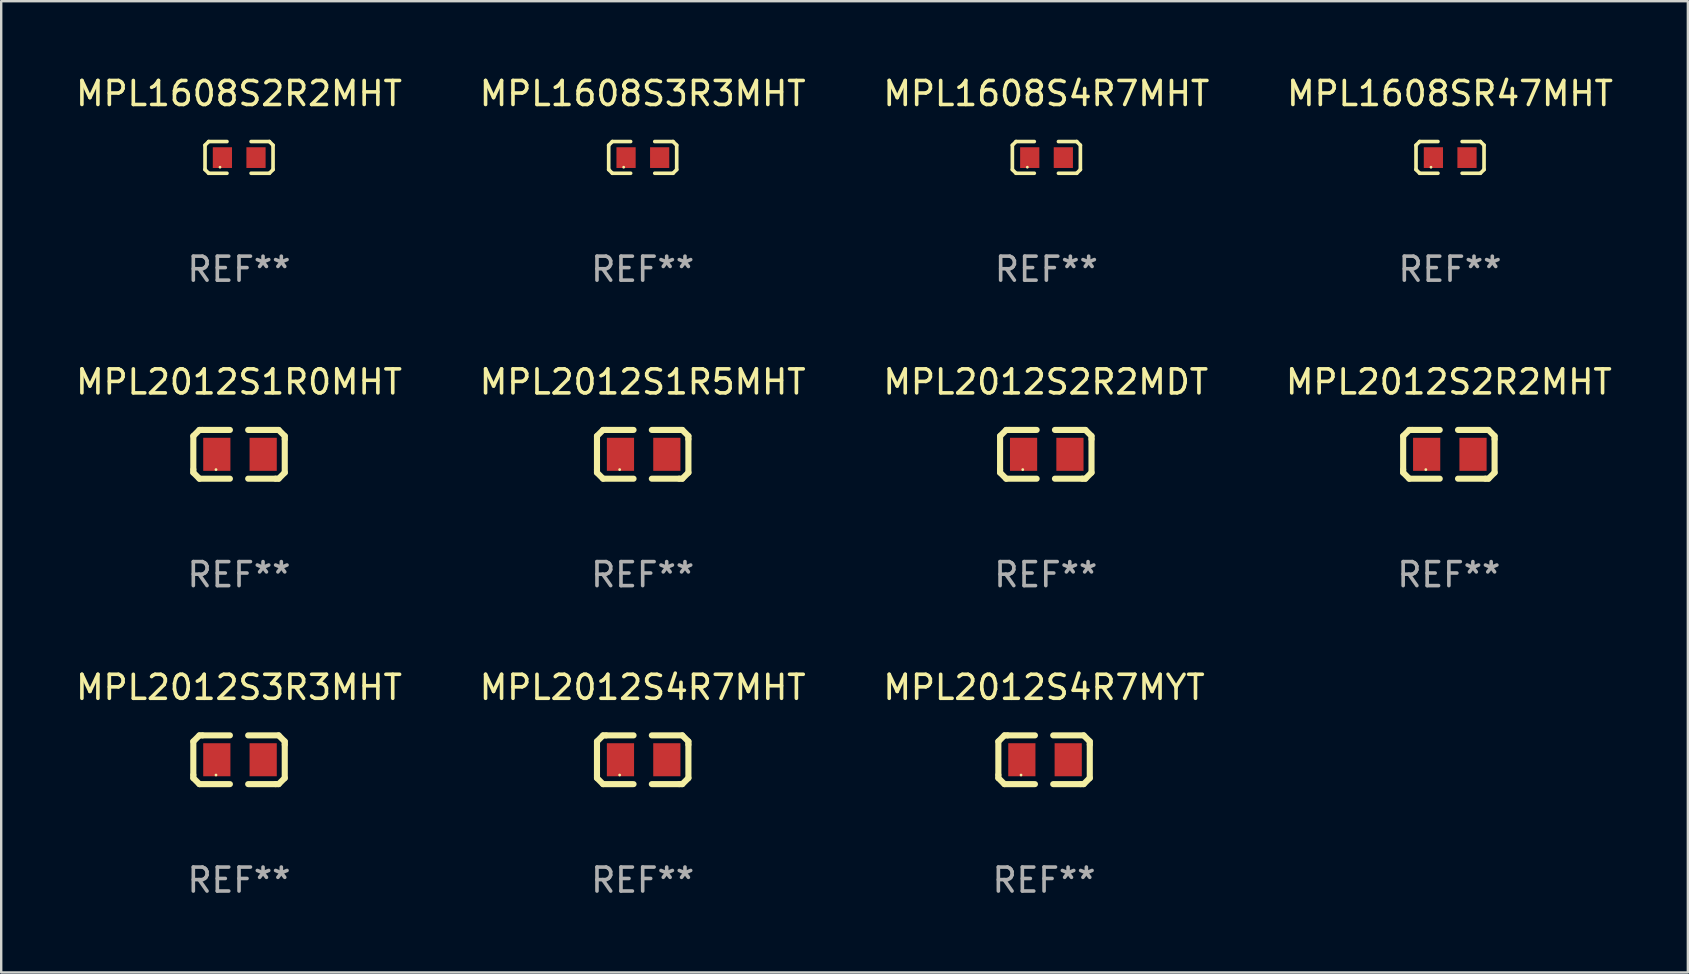
<source format=kicad_pcb>
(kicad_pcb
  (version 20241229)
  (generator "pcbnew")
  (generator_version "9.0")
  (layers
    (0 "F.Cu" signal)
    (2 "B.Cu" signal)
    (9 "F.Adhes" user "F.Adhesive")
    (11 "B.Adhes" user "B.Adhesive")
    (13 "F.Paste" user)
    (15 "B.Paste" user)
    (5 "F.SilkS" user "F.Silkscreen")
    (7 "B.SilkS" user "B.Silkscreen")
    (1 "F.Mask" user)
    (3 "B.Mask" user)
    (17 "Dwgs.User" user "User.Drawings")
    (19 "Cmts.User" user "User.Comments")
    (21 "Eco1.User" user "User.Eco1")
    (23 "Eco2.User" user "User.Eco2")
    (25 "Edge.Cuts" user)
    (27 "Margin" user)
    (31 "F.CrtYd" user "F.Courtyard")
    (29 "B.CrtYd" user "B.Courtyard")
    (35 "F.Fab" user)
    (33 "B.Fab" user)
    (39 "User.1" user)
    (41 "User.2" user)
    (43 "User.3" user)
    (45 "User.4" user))
  (footprint "MPL2012S2R2MDT"
    (layer "F.Cu")
    (at 40.53 15.882)
    (property "Reference" "MPL2012S2R2MDT" (at 0 -3.016 0) (layer "F.SilkS") (effects (font (size 1 1) (thickness 0.15))))
    (attr through_hole)
    (fp_line (start -1.905 -0.762) (end -1.905 0.635) (stroke (width 0.254) (type solid)) (layer "F.SilkS"))
    (fp_line (start -1.905 0.635) (end -1.905 0.762) (stroke (width 0.254) (type solid)) (layer "F.SilkS"))
    (fp_line (start -1.905 0.762) (end -1.651 1.016) (stroke (width 0.254) (type solid)) (layer "F.SilkS"))
    (fp_line (start -1.651 -1.016) (end -1.905 -0.762) (stroke (width 0.254) (type solid)) (layer "F.SilkS"))
    (fp_line (start -1.651 1.016) (end -0.381 1.016) (stroke (width 0.254) (type solid)) (layer "F.SilkS"))
    (fp_line (start -1.524 -1.016) (end -1.651 -1.016) (stroke (width 0.254) (type solid)) (layer "F.SilkS"))
    (fp_line (start -0.381 -1.016) (end -1.524 -1.016) (stroke (width 0.254) (type solid)) (layer "F.SilkS"))
    (fp_line (start 0.381 1.016) (end 1.524 1.016) (stroke (width 0.254) (type solid)) (layer "F.SilkS"))
    (fp_line (start 1.524 1.016) (end 1.651 1.016) (stroke (width 0.254) (type solid)) (layer "F.SilkS"))
    (fp_line (start 1.651 -1.016) (end 0.381 -1.016) (stroke (width 0.254) (type solid)) (layer "F.SilkS"))
    (fp_line (start 1.651 1.016) (end 1.905 0.762) (stroke (width 0.254) (type solid)) (layer "F.SilkS"))
    (fp_line (start 1.905 -0.762) (end 1.651 -1.016) (stroke (width 0.254) (type solid)) (layer "F.SilkS"))
    (fp_line (start 1.905 -0.635) (end 1.905 -0.762) (stroke (width 0.254) (type solid)) (layer "F.SilkS"))
    (fp_line (start 1.905 0.762) (end 1.905 -0.635) (stroke (width 0.254) (type solid)) (layer "F.SilkS"))
    (fp_circle (center -0.96 0.637) (end -0.93 0.637) (stroke (width 0.06) (type solid)) (fill no) (layer "F.SilkS"))
    (fp_text user "REF**" (at 0 5.016 0) (layer "F.Fab") (effects (font (size 1 1) (thickness 0.15))))
    (pad "1" smd rect (at -0.926 -0.000051) (size 1.133 1.377) (layers "F.Cu" "F.Mask" "F.Paste"))
    (pad "2" smd rect (at 1.006 -0.000051) (size 1.133 1.377) (layers "F.Cu" "F.Mask" "F.Paste")))
  (footprint "MPL2012S3R3MHT"
    (layer "F.Cu")
    (at 6.911 28.61)
    (property "Reference" "MPL2012S3R3MHT" (at 0 -3.016 0) (layer "F.SilkS") (effects (font (size 1 1) (thickness 0.15))))
    (attr through_hole)
    (fp_line (start -1.905 -0.762) (end -1.905 0.635) (stroke (width 0.254) (type solid)) (layer "F.SilkS"))
    (fp_line (start -1.905 0.635) (end -1.905 0.762) (stroke (width 0.254) (type solid)) (layer "F.SilkS"))
    (fp_line (start -1.905 0.762) (end -1.651 1.016) (stroke (width 0.254) (type solid)) (layer "F.SilkS"))
    (fp_line (start -1.651 -1.016) (end -1.905 -0.762) (stroke (width 0.254) (type solid)) (layer "F.SilkS"))
    (fp_line (start -1.651 1.016) (end -0.381 1.016) (stroke (width 0.254) (type solid)) (layer "F.SilkS"))
    (fp_line (start -1.524 -1.016) (end -1.651 -1.016) (stroke (width 0.254) (type solid)) (layer "F.SilkS"))
    (fp_line (start -0.381 -1.016) (end -1.524 -1.016) (stroke (width 0.254) (type solid)) (layer "F.SilkS"))
    (fp_line (start 0.381 1.016) (end 1.524 1.016) (stroke (width 0.254) (type solid)) (layer "F.SilkS"))
    (fp_line (start 1.524 1.016) (end 1.651 1.016) (stroke (width 0.254) (type solid)) (layer "F.SilkS"))
    (fp_line (start 1.651 -1.016) (end 0.381 -1.016) (stroke (width 0.254) (type solid)) (layer "F.SilkS"))
    (fp_line (start 1.651 1.016) (end 1.905 0.762) (stroke (width 0.254) (type solid)) (layer "F.SilkS"))
    (fp_line (start 1.905 -0.762) (end 1.651 -1.016) (stroke (width 0.254) (type solid)) (layer "F.SilkS"))
    (fp_line (start 1.905 -0.635) (end 1.905 -0.762) (stroke (width 0.254) (type solid)) (layer "F.SilkS"))
    (fp_line (start 1.905 0.762) (end 1.905 -0.635) (stroke (width 0.254) (type solid)) (layer "F.SilkS"))
    (fp_circle (center -0.96 0.637) (end -0.93 0.637) (stroke (width 0.06) (type solid)) (fill no) (layer "F.SilkS"))
    (fp_text user "REF**" (at 0 5.016 0) (layer "F.Fab") (effects (font (size 1 1) (thickness 0.15))))
    (pad "1" smd rect (at -0.926 -0.000051) (size 1.133 1.377) (layers "F.Cu" "F.Mask" "F.Paste"))
    (pad "2" smd rect (at 1.006 -0.000051) (size 1.133 1.377) (layers "F.Cu" "F.Mask" "F.Paste")))
  (footprint "MPL1608SR47MHT"
    (layer "F.Cu")
    (at 57.375 3.509)
    (property "Reference" "MPL1608SR47MHT" (at 0 -2.661 0) (layer "F.SilkS") (effects (font (size 1 1) (thickness 0.15))))
    (attr through_hole)
    (fp_line (start -1.417 -0.508) (end -1.265 -0.661) (stroke (width 0.152) (type solid)) (layer "F.SilkS"))
    (fp_line (start -1.417 0.508) (end -1.417 -0.508) (stroke (width 0.152) (type solid)) (layer "F.SilkS"))
    (fp_line (start -1.265 -0.661) (end -0.503 -0.661) (stroke (width 0.152) (type solid)) (layer "F.SilkS"))
    (fp_line (start -1.265 0.661) (end -1.417 0.508) (stroke (width 0.152) (type solid)) (layer "F.SilkS"))
    (fp_line (start -1.265 0.661) (end -0.503 0.661) (stroke (width 0.152) (type solid)) (layer "F.SilkS"))
    (fp_line (start 1.265 -0.661) (end 0.503 -0.661) (stroke (width 0.152) (type solid)) (layer "F.SilkS"))
    (fp_line (start 1.265 -0.661) (end 1.417 -0.508) (stroke (width 0.152) (type solid)) (layer "F.SilkS"))
    (fp_line (start 1.265 0.661) (end 0.503 0.661) (stroke (width 0.152) (type solid)) (layer "F.SilkS"))
    (fp_line (start 1.417 -0.508) (end 1.417 0.508) (stroke (width 0.152) (type solid)) (layer "F.SilkS"))
    (fp_line (start 1.417 0.508) (end 1.265 0.661) (stroke (width 0.152) (type solid)) (layer "F.SilkS"))
    (fp_circle (center -0.793 0.409) (end -0.763 0.409) (stroke (width 0.06) (type solid)) (fill no) (layer "F.SilkS"))
    (fp_text user "REF**" (at 0 4.661 0) (layer "F.Fab") (effects (font (size 1 1) (thickness 0.15))))
    (pad "1" smd rect (at -0.693 0.009 180) (size 0.8 0.864) (layers "F.Cu" "F.Mask" "F.Paste"))
    (pad "2" smd rect (at 0.707 0.009 180) (size 0.8 0.864) (layers "F.Cu" "F.Mask" "F.Paste")))
  (footprint "MPL1608S4R7MHT"
    (layer "F.Cu")
    (at 40.554 3.509)
    (property "Reference" "MPL1608S4R7MHT" (at 0 -2.661 0) (layer "F.SilkS") (effects (font (size 1 1) (thickness 0.15))))
    (attr through_hole)
    (fp_line (start -1.417 -0.508) (end -1.265 -0.661) (stroke (width 0.152) (type solid)) (layer "F.SilkS"))
    (fp_line (start -1.417 0.508) (end -1.417 -0.508) (stroke (width 0.152) (type solid)) (layer "F.SilkS"))
    (fp_line (start -1.265 -0.661) (end -0.503 -0.661) (stroke (width 0.152) (type solid)) (layer "F.SilkS"))
    (fp_line (start -1.265 0.661) (end -1.417 0.508) (stroke (width 0.152) (type solid)) (layer "F.SilkS"))
    (fp_line (start -1.265 0.661) (end -0.503 0.661) (stroke (width 0.152) (type solid)) (layer "F.SilkS"))
    (fp_line (start 1.265 -0.661) (end 0.503 -0.661) (stroke (width 0.152) (type solid)) (layer "F.SilkS"))
    (fp_line (start 1.265 -0.661) (end 1.417 -0.508) (stroke (width 0.152) (type solid)) (layer "F.SilkS"))
    (fp_line (start 1.265 0.661) (end 0.503 0.661) (stroke (width 0.152) (type solid)) (layer "F.SilkS"))
    (fp_line (start 1.417 -0.508) (end 1.417 0.508) (stroke (width 0.152) (type solid)) (layer "F.SilkS"))
    (fp_line (start 1.417 0.508) (end 1.265 0.661) (stroke (width 0.152) (type solid)) (layer "F.SilkS"))
    (fp_circle (center -0.793 0.409) (end -0.763 0.409) (stroke (width 0.06) (type solid)) (fill no) (layer "F.SilkS"))
    (fp_text user "REF**" (at 0 4.661 0) (layer "F.Fab") (effects (font (size 1 1) (thickness 0.15))))
    (pad "1" smd rect (at -0.693 0.009 180) (size 0.8 0.864) (layers "F.Cu" "F.Mask" "F.Paste"))
    (pad "2" smd rect (at 0.707 0.009 180) (size 0.8 0.864) (layers "F.Cu" "F.Mask" "F.Paste")))
  (footprint "MPL2012S1R0MHT"
    (layer "F.Cu")
    (at 6.911 15.882)
    (property "Reference" "MPL2012S1R0MHT" (at 0 -3.016 0) (layer "F.SilkS") (effects (font (size 1 1) (thickness 0.15))))
    (attr through_hole)
    (fp_line (start -1.905 -0.762) (end -1.905 0.635) (stroke (width 0.254) (type solid)) (layer "F.SilkS"))
    (fp_line (start -1.905 0.635) (end -1.905 0.762) (stroke (width 0.254) (type solid)) (layer "F.SilkS"))
    (fp_line (start -1.905 0.762) (end -1.651 1.016) (stroke (width 0.254) (type solid)) (layer "F.SilkS"))
    (fp_line (start -1.651 -1.016) (end -1.905 -0.762) (stroke (width 0.254) (type solid)) (layer "F.SilkS"))
    (fp_line (start -1.651 1.016) (end -0.381 1.016) (stroke (width 0.254) (type solid)) (layer "F.SilkS"))
    (fp_line (start -1.524 -1.016) (end -1.651 -1.016) (stroke (width 0.254) (type solid)) (layer "F.SilkS"))
    (fp_line (start -0.381 -1.016) (end -1.524 -1.016) (stroke (width 0.254) (type solid)) (layer "F.SilkS"))
    (fp_line (start 0.381 1.016) (end 1.524 1.016) (stroke (width 0.254) (type solid)) (layer "F.SilkS"))
    (fp_line (start 1.524 1.016) (end 1.651 1.016) (stroke (width 0.254) (type solid)) (layer "F.SilkS"))
    (fp_line (start 1.651 -1.016) (end 0.381 -1.016) (stroke (width 0.254) (type solid)) (layer "F.SilkS"))
    (fp_line (start 1.651 1.016) (end 1.905 0.762) (stroke (width 0.254) (type solid)) (layer "F.SilkS"))
    (fp_line (start 1.905 -0.762) (end 1.651 -1.016) (stroke (width 0.254) (type solid)) (layer "F.SilkS"))
    (fp_line (start 1.905 -0.635) (end 1.905 -0.762) (stroke (width 0.254) (type solid)) (layer "F.SilkS"))
    (fp_line (start 1.905 0.762) (end 1.905 -0.635) (stroke (width 0.254) (type solid)) (layer "F.SilkS"))
    (fp_circle (center -0.96 0.637) (end -0.93 0.637) (stroke (width 0.06) (type solid)) (fill no) (layer "F.SilkS"))
    (fp_text user "REF**" (at 0 5.016 0) (layer "F.Fab") (effects (font (size 1 1) (thickness 0.15))))
    (pad "1" smd rect (at -0.926 -0.000051) (size 1.133 1.377) (layers "F.Cu" "F.Mask" "F.Paste"))
    (pad "2" smd rect (at 1.006 -0.000051) (size 1.133 1.377) (layers "F.Cu" "F.Mask" "F.Paste")))
  (footprint "MPL1608S2R2MHT"
    (layer "F.Cu")
    (at 6.911 3.509)
    (property "Reference" "MPL1608S2R2MHT" (at 0 -2.661 0) (layer "F.SilkS") (effects (font (size 1 1) (thickness 0.15))))
    (attr through_hole)
    (fp_line (start -1.417 -0.508) (end -1.265 -0.661) (stroke (width 0.152) (type solid)) (layer "F.SilkS"))
    (fp_line (start -1.417 0.508) (end -1.417 -0.508) (stroke (width 0.152) (type solid)) (layer "F.SilkS"))
    (fp_line (start -1.265 -0.661) (end -0.503 -0.661) (stroke (width 0.152) (type solid)) (layer "F.SilkS"))
    (fp_line (start -1.265 0.661) (end -1.417 0.508) (stroke (width 0.152) (type solid)) (layer "F.SilkS"))
    (fp_line (start -1.265 0.661) (end -0.503 0.661) (stroke (width 0.152) (type solid)) (layer "F.SilkS"))
    (fp_line (start 1.265 -0.661) (end 0.503 -0.661) (stroke (width 0.152) (type solid)) (layer "F.SilkS"))
    (fp_line (start 1.265 -0.661) (end 1.417 -0.508) (stroke (width 0.152) (type solid)) (layer "F.SilkS"))
    (fp_line (start 1.265 0.661) (end 0.503 0.661) (stroke (width 0.152) (type solid)) (layer "F.SilkS"))
    (fp_line (start 1.417 -0.508) (end 1.417 0.508) (stroke (width 0.152) (type solid)) (layer "F.SilkS"))
    (fp_line (start 1.417 0.508) (end 1.265 0.661) (stroke (width 0.152) (type solid)) (layer "F.SilkS"))
    (fp_circle (center -0.793 0.409) (end -0.763 0.409) (stroke (width 0.06) (type solid)) (fill no) (layer "F.SilkS"))
    (fp_text user "REF**" (at 0 4.661 0) (layer "F.Fab") (effects (font (size 1 1) (thickness 0.15))))
    (pad "1" smd rect (at -0.693 0.009 180) (size 0.8 0.864) (layers "F.Cu" "F.Mask" "F.Paste"))
    (pad "2" smd rect (at 0.707 0.009 180) (size 0.8 0.864) (layers "F.Cu" "F.Mask" "F.Paste")))
  (footprint "MPL2012S4R7MYT"
    (layer "F.Cu")
    (at 40.458 28.61)
    (property "Reference" "MPL2012S4R7MYT" (at 0 -3.016 0) (layer "F.SilkS") (effects (font (size 1 1) (thickness 0.15))))
    (attr through_hole)
    (fp_line (start -1.905 -0.762) (end -1.905 0.635) (stroke (width 0.254) (type solid)) (layer "F.SilkS"))
    (fp_line (start -1.905 0.635) (end -1.905 0.762) (stroke (width 0.254) (type solid)) (layer "F.SilkS"))
    (fp_line (start -1.905 0.762) (end -1.651 1.016) (stroke (width 0.254) (type solid)) (layer "F.SilkS"))
    (fp_line (start -1.651 -1.016) (end -1.905 -0.762) (stroke (width 0.254) (type solid)) (layer "F.SilkS"))
    (fp_line (start -1.651 1.016) (end -0.381 1.016) (stroke (width 0.254) (type solid)) (layer "F.SilkS"))
    (fp_line (start -1.524 -1.016) (end -1.651 -1.016) (stroke (width 0.254) (type solid)) (layer "F.SilkS"))
    (fp_line (start -0.381 -1.016) (end -1.524 -1.016) (stroke (width 0.254) (type solid)) (layer "F.SilkS"))
    (fp_line (start 0.381 1.016) (end 1.524 1.016) (stroke (width 0.254) (type solid)) (layer "F.SilkS"))
    (fp_line (start 1.524 1.016) (end 1.651 1.016) (stroke (width 0.254) (type solid)) (layer "F.SilkS"))
    (fp_line (start 1.651 -1.016) (end 0.381 -1.016) (stroke (width 0.254) (type solid)) (layer "F.SilkS"))
    (fp_line (start 1.651 1.016) (end 1.905 0.762) (stroke (width 0.254) (type solid)) (layer "F.SilkS"))
    (fp_line (start 1.905 -0.762) (end 1.651 -1.016) (stroke (width 0.254) (type solid)) (layer "F.SilkS"))
    (fp_line (start 1.905 -0.635) (end 1.905 -0.762) (stroke (width 0.254) (type solid)) (layer "F.SilkS"))
    (fp_line (start 1.905 0.762) (end 1.905 -0.635) (stroke (width 0.254) (type solid)) (layer "F.SilkS"))
    (fp_circle (center -0.96 0.637) (end -0.93 0.637) (stroke (width 0.06) (type solid)) (fill no) (layer "F.SilkS"))
    (fp_text user "REF**" (at 0 5.016 0) (layer "F.Fab") (effects (font (size 1 1) (thickness 0.15))))
    (pad "1" smd rect (at -0.926 -0.000051) (size 1.133 1.377) (layers "F.Cu" "F.Mask" "F.Paste"))
    (pad "2" smd rect (at 1.006 -0.000051) (size 1.133 1.377) (layers "F.Cu" "F.Mask" "F.Paste")))
  (footprint "MPL2012S4R7MHT"
    (layer "F.Cu")
    (at 23.732 28.61)
    (property "Reference" "MPL2012S4R7MHT" (at 0 -3.016 0) (layer "F.SilkS") (effects (font (size 1 1) (thickness 0.15))))
    (attr through_hole)
    (fp_line (start -1.905 -0.762) (end -1.905 0.635) (stroke (width 0.254) (type solid)) (layer "F.SilkS"))
    (fp_line (start -1.905 0.635) (end -1.905 0.762) (stroke (width 0.254) (type solid)) (layer "F.SilkS"))
    (fp_line (start -1.905 0.762) (end -1.651 1.016) (stroke (width 0.254) (type solid)) (layer "F.SilkS"))
    (fp_line (start -1.651 -1.016) (end -1.905 -0.762) (stroke (width 0.254) (type solid)) (layer "F.SilkS"))
    (fp_line (start -1.651 1.016) (end -0.381 1.016) (stroke (width 0.254) (type solid)) (layer "F.SilkS"))
    (fp_line (start -1.524 -1.016) (end -1.651 -1.016) (stroke (width 0.254) (type solid)) (layer "F.SilkS"))
    (fp_line (start -0.381 -1.016) (end -1.524 -1.016) (stroke (width 0.254) (type solid)) (layer "F.SilkS"))
    (fp_line (start 0.381 1.016) (end 1.524 1.016) (stroke (width 0.254) (type solid)) (layer "F.SilkS"))
    (fp_line (start 1.524 1.016) (end 1.651 1.016) (stroke (width 0.254) (type solid)) (layer "F.SilkS"))
    (fp_line (start 1.651 -1.016) (end 0.381 -1.016) (stroke (width 0.254) (type solid)) (layer "F.SilkS"))
    (fp_line (start 1.651 1.016) (end 1.905 0.762) (stroke (width 0.254) (type solid)) (layer "F.SilkS"))
    (fp_line (start 1.905 -0.762) (end 1.651 -1.016) (stroke (width 0.254) (type solid)) (layer "F.SilkS"))
    (fp_line (start 1.905 -0.635) (end 1.905 -0.762) (stroke (width 0.254) (type solid)) (layer "F.SilkS"))
    (fp_line (start 1.905 0.762) (end 1.905 -0.635) (stroke (width 0.254) (type solid)) (layer "F.SilkS"))
    (fp_circle (center -0.96 0.637) (end -0.93 0.637) (stroke (width 0.06) (type solid)) (fill no) (layer "F.SilkS"))
    (fp_text user "REF**" (at 0 5.016 0) (layer "F.Fab") (effects (font (size 1 1) (thickness 0.15))))
    (pad "1" smd rect (at -0.926 -0.000051) (size 1.133 1.377) (layers "F.Cu" "F.Mask" "F.Paste"))
    (pad "2" smd rect (at 1.006 -0.000051) (size 1.133 1.377) (layers "F.Cu" "F.Mask" "F.Paste")))
  (footprint "MPL2012S1R5MHT"
    (layer "F.Cu")
    (at 23.732 15.882)
    (property "Reference" "MPL2012S1R5MHT" (at 0 -3.016 0) (layer "F.SilkS") (effects (font (size 1 1) (thickness 0.15))))
    (attr through_hole)
    (fp_line (start -1.905 -0.762) (end -1.905 0.635) (stroke (width 0.254) (type solid)) (layer "F.SilkS"))
    (fp_line (start -1.905 0.635) (end -1.905 0.762) (stroke (width 0.254) (type solid)) (layer "F.SilkS"))
    (fp_line (start -1.905 0.762) (end -1.651 1.016) (stroke (width 0.254) (type solid)) (layer "F.SilkS"))
    (fp_line (start -1.651 -1.016) (end -1.905 -0.762) (stroke (width 0.254) (type solid)) (layer "F.SilkS"))
    (fp_line (start -1.651 1.016) (end -0.381 1.016) (stroke (width 0.254) (type solid)) (layer "F.SilkS"))
    (fp_line (start -1.524 -1.016) (end -1.651 -1.016) (stroke (width 0.254) (type solid)) (layer "F.SilkS"))
    (fp_line (start -0.381 -1.016) (end -1.524 -1.016) (stroke (width 0.254) (type solid)) (layer "F.SilkS"))
    (fp_line (start 0.381 1.016) (end 1.524 1.016) (stroke (width 0.254) (type solid)) (layer "F.SilkS"))
    (fp_line (start 1.524 1.016) (end 1.651 1.016) (stroke (width 0.254) (type solid)) (layer "F.SilkS"))
    (fp_line (start 1.651 -1.016) (end 0.381 -1.016) (stroke (width 0.254) (type solid)) (layer "F.SilkS"))
    (fp_line (start 1.651 1.016) (end 1.905 0.762) (stroke (width 0.254) (type solid)) (layer "F.SilkS"))
    (fp_line (start 1.905 -0.762) (end 1.651 -1.016) (stroke (width 0.254) (type solid)) (layer "F.SilkS"))
    (fp_line (start 1.905 -0.635) (end 1.905 -0.762) (stroke (width 0.254) (type solid)) (layer "F.SilkS"))
    (fp_line (start 1.905 0.762) (end 1.905 -0.635) (stroke (width 0.254) (type solid)) (layer "F.SilkS"))
    (fp_circle (center -0.96 0.637) (end -0.93 0.637) (stroke (width 0.06) (type solid)) (fill no) (layer "F.SilkS"))
    (fp_text user "REF**" (at 0 5.016 0) (layer "F.Fab") (effects (font (size 1 1) (thickness 0.15))))
    (pad "1" smd rect (at -0.926 -0.000051) (size 1.133 1.377) (layers "F.Cu" "F.Mask" "F.Paste"))
    (pad "2" smd rect (at 1.006 -0.000051) (size 1.133 1.377) (layers "F.Cu" "F.Mask" "F.Paste")))
  (footprint "MPL2012S2R2MHT"
    (layer "F.Cu")
    (at 57.327 15.882)
    (property "Reference" "MPL2012S2R2MHT" (at 0 -3.016 0) (layer "F.SilkS") (effects (font (size 1 1) (thickness 0.15))))
    (attr through_hole)
    (fp_line (start -1.905 -0.762) (end -1.905 0.635) (stroke (width 0.254) (type solid)) (layer "F.SilkS"))
    (fp_line (start -1.905 0.635) (end -1.905 0.762) (stroke (width 0.254) (type solid)) (layer "F.SilkS"))
    (fp_line (start -1.905 0.762) (end -1.651 1.016) (stroke (width 0.254) (type solid)) (layer "F.SilkS"))
    (fp_line (start -1.651 -1.016) (end -1.905 -0.762) (stroke (width 0.254) (type solid)) (layer "F.SilkS"))
    (fp_line (start -1.651 1.016) (end -0.381 1.016) (stroke (width 0.254) (type solid)) (layer "F.SilkS"))
    (fp_line (start -1.524 -1.016) (end -1.651 -1.016) (stroke (width 0.254) (type solid)) (layer "F.SilkS"))
    (fp_line (start -0.381 -1.016) (end -1.524 -1.016) (stroke (width 0.254) (type solid)) (layer "F.SilkS"))
    (fp_line (start 0.381 1.016) (end 1.524 1.016) (stroke (width 0.254) (type solid)) (layer "F.SilkS"))
    (fp_line (start 1.524 1.016) (end 1.651 1.016) (stroke (width 0.254) (type solid)) (layer "F.SilkS"))
    (fp_line (start 1.651 -1.016) (end 0.381 -1.016) (stroke (width 0.254) (type solid)) (layer "F.SilkS"))
    (fp_line (start 1.651 1.016) (end 1.905 0.762) (stroke (width 0.254) (type solid)) (layer "F.SilkS"))
    (fp_line (start 1.905 -0.762) (end 1.651 -1.016) (stroke (width 0.254) (type solid)) (layer "F.SilkS"))
    (fp_line (start 1.905 -0.635) (end 1.905 -0.762) (stroke (width 0.254) (type solid)) (layer "F.SilkS"))
    (fp_line (start 1.905 0.762) (end 1.905 -0.635) (stroke (width 0.254) (type solid)) (layer "F.SilkS"))
    (fp_circle (center -0.96 0.637) (end -0.93 0.637) (stroke (width 0.06) (type solid)) (fill no) (layer "F.SilkS"))
    (fp_text user "REF**" (at 0 5.016 0) (layer "F.Fab") (effects (font (size 1 1) (thickness 0.15))))
    (pad "1" smd rect (at -0.926 -0.000051) (size 1.133 1.377) (layers "F.Cu" "F.Mask" "F.Paste"))
    (pad "2" smd rect (at 1.006 -0.000051) (size 1.133 1.377) (layers "F.Cu" "F.Mask" "F.Paste")))
  (footprint "MPL1608S3R3MHT"
    (layer "F.Cu")
    (at 23.732 3.509)
    (property "Reference" "MPL1608S3R3MHT" (at 0 -2.661 0) (layer "F.SilkS") (effects (font (size 1 1) (thickness 0.15))))
    (attr through_hole)
    (fp_line (start -1.417 -0.508) (end -1.265 -0.661) (stroke (width 0.152) (type solid)) (layer "F.SilkS"))
    (fp_line (start -1.417 0.508) (end -1.417 -0.508) (stroke (width 0.152) (type solid)) (layer "F.SilkS"))
    (fp_line (start -1.265 -0.661) (end -0.503 -0.661) (stroke (width 0.152) (type solid)) (layer "F.SilkS"))
    (fp_line (start -1.265 0.661) (end -1.417 0.508) (stroke (width 0.152) (type solid)) (layer "F.SilkS"))
    (fp_line (start -1.265 0.661) (end -0.503 0.661) (stroke (width 0.152) (type solid)) (layer "F.SilkS"))
    (fp_line (start 1.265 -0.661) (end 0.503 -0.661) (stroke (width 0.152) (type solid)) (layer "F.SilkS"))
    (fp_line (start 1.265 -0.661) (end 1.417 -0.508) (stroke (width 0.152) (type solid)) (layer "F.SilkS"))
    (fp_line (start 1.265 0.661) (end 0.503 0.661) (stroke (width 0.152) (type solid)) (layer "F.SilkS"))
    (fp_line (start 1.417 -0.508) (end 1.417 0.508) (stroke (width 0.152) (type solid)) (layer "F.SilkS"))
    (fp_line (start 1.417 0.508) (end 1.265 0.661) (stroke (width 0.152) (type solid)) (layer "F.SilkS"))
    (fp_circle (center -0.793 0.409) (end -0.763 0.409) (stroke (width 0.06) (type solid)) (fill no) (layer "F.SilkS"))
    (fp_text user "REF**" (at 0 4.661 0) (layer "F.Fab") (effects (font (size 1 1) (thickness 0.15))))
    (pad "1" smd rect (at -0.693 0.009 180) (size 0.8 0.864) (layers "F.Cu" "F.Mask" "F.Paste"))
    (pad "2" smd rect (at 0.707 0.009 180) (size 0.8 0.864) (layers "F.Cu" "F.Mask" "F.Paste")))
  (gr_rect
    (start -3 -3)
    (end 67.286 37.475)
    (stroke (width 0.1) (type default))
    (fill no)
    (layer "Edge.Cuts")))
</source>
